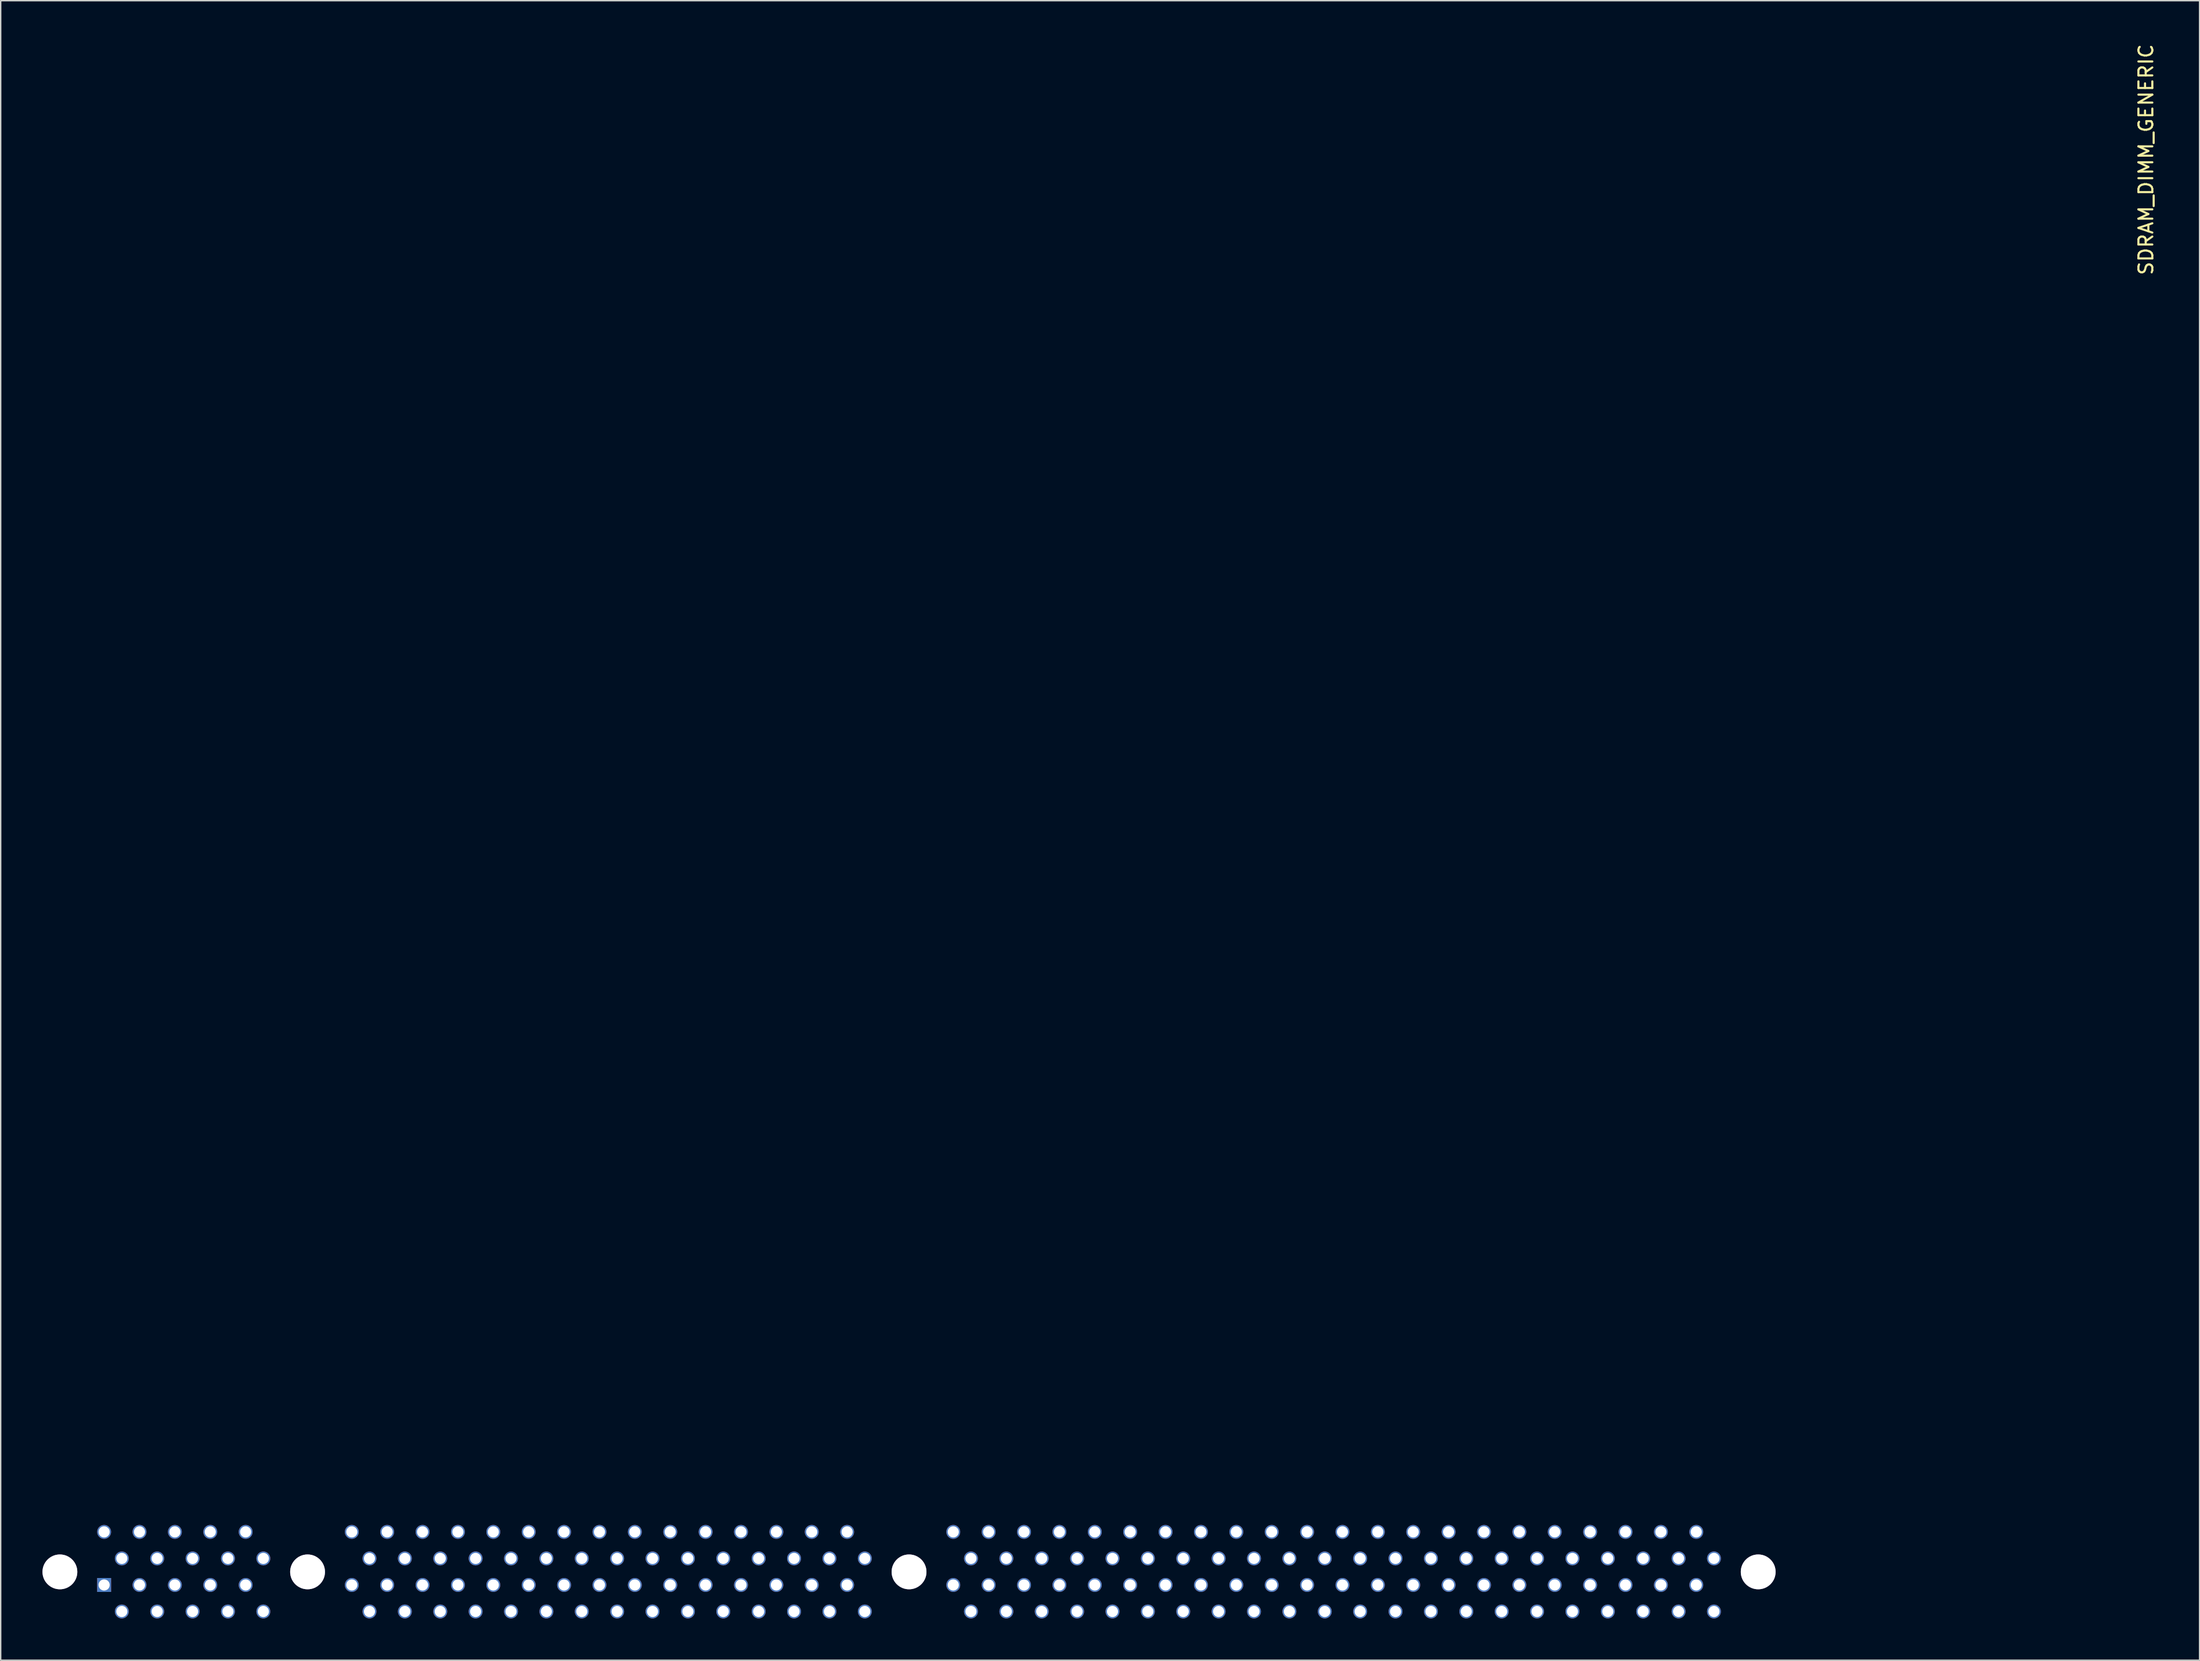
<source format=kicad_pcb>
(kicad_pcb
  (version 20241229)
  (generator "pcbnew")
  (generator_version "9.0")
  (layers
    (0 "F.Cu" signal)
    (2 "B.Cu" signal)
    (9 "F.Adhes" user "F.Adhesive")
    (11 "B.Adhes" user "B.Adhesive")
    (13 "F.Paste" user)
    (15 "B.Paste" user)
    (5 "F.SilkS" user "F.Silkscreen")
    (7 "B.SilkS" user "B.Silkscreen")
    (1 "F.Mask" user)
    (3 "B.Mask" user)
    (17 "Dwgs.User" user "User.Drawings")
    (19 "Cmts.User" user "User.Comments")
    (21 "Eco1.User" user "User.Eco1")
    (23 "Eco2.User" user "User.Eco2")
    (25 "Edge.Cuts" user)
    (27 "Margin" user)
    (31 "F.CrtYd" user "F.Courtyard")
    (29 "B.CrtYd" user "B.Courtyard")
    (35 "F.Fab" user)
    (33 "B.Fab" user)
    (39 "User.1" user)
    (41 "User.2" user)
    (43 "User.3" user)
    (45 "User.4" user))
  (footprint "SDRAM_DIMM_GENERIC"
    (layer "F.Cu")
    (at 59.34 52.031)
    (property "Reference" "SDRAM_DIMM_GENERIC" (at 91.67 -43.62 90) (layer "F.SilkS") (effects (font (size 1 1) (thickness 0.15))))
    (attr through_hole)
    (pad "" thru_hole oval (at -58.09 57.785 270) (size 2.5 2.5) (drill 2.5) (layers "*.Mask"))
    (pad "" thru_hole oval (at -40.31 57.785 270) (size 2.5 2.5) (drill 2.5) (layers "*.Mask"))
    (pad "" thru_hole oval (at 2.87 57.785 270) (size 2.5 2.5) (drill 2.5) (layers "*.Mask"))
    (pad "" thru_hole oval (at 63.83 57.785 270) (size 2.5 2.5) (drill 2.5) (layers "*.Mask"))
    (pad "1" thru_hole rect (at -54.915 58.725 270) (size 1 1) (drill 0.8) (layers "*.Cu" "*.Mask"))
    (pad "2" thru_hole oval (at -53.645 60.63 270) (size 1 1) (drill 0.8) (layers "*.Cu" "*.Mask"))
    (pad "3" thru_hole oval (at -52.375 58.725 270) (size 1 1) (drill 0.8) (layers "*.Cu" "*.Mask"))
    (pad "4" thru_hole oval (at -51.105 60.63 270) (size 1 1) (drill 0.8) (layers "*.Cu" "*.Mask"))
    (pad "5" thru_hole oval (at -49.835 58.725 270) (size 1 1) (drill 0.8) (layers "*.Cu" "*.Mask"))
    (pad "6" thru_hole oval (at -48.565 60.63 270) (size 1 1) (drill 0.8) (layers "*.Cu" "*.Mask"))
    (pad "7" thru_hole oval (at -47.295 58.725 270) (size 1 1) (drill 0.8) (layers "*.Cu" "*.Mask"))
    (pad "8" thru_hole oval (at -46.025 60.63 270) (size 1 1) (drill 0.8) (layers "*.Cu" "*.Mask"))
    (pad "9" thru_hole oval (at -44.755 58.725 270) (size 1 1) (drill 0.8) (layers "*.Cu" "*.Mask"))
    (pad "10" thru_hole oval (at -43.485 60.63 270) (size 1 1) (drill 0.8) (layers "*.Cu" "*.Mask"))
    (pad "11" thru_hole oval (at -37.135 58.725 270) (size 1 1) (drill 0.8) (layers "*.Cu" "*.Mask"))
    (pad "12" thru_hole oval (at -35.865 60.63 270) (size 1 1) (drill 0.8) (layers "*.Cu" "*.Mask"))
    (pad "13" thru_hole oval (at -34.595 58.725 270) (size 1 1) (drill 0.8) (layers "*.Cu" "*.Mask"))
    (pad "14" thru_hole oval (at -33.325 60.63 270) (size 1 1) (drill 0.8) (layers "*.Cu" "*.Mask"))
    (pad "15" thru_hole oval (at -32.055 58.725 270) (size 1 1) (drill 0.8) (layers "*.Cu" "*.Mask"))
    (pad "16" thru_hole oval (at -30.785 60.63 270) (size 1 1) (drill 0.8) (layers "*.Cu" "*.Mask"))
    (pad "17" thru_hole oval (at -29.515 58.725 270) (size 1 1) (drill 0.8) (layers "*.Cu" "*.Mask"))
    (pad "18" thru_hole oval (at -28.245 60.63 270) (size 1 1) (drill 0.8) (layers "*.Cu" "*.Mask"))
    (pad "19" thru_hole oval (at -26.975 58.725 270) (size 1 1) (drill 0.8) (layers "*.Cu" "*.Mask"))
    (pad "20" thru_hole oval (at -25.705 60.63 270) (size 1 1) (drill 0.8) (layers "*.Cu" "*.Mask"))
    (pad "21" thru_hole oval (at -24.435 58.725 270) (size 1 1) (drill 0.8) (layers "*.Cu" "*.Mask"))
    (pad "22" thru_hole oval (at -23.165 60.63 270) (size 1 1) (drill 0.8) (layers "*.Cu" "*.Mask"))
    (pad "23" thru_hole oval (at -21.895 58.725 270) (size 1 1) (drill 0.8) (layers "*.Cu" "*.Mask"))
    (pad "24" thru_hole oval (at -20.625 60.63 270) (size 1 1) (drill 0.8) (layers "*.Cu" "*.Mask"))
    (pad "25" thru_hole oval (at -19.355 58.725 270) (size 1 1) (drill 0.8) (layers "*.Cu" "*.Mask"))
    (pad "26" thru_hole oval (at -18.085 60.63 270) (size 1 1) (drill 0.8) (layers "*.Cu" "*.Mask"))
    (pad "27" thru_hole oval (at -16.815 58.725 270) (size 1 1) (drill 0.8) (layers "*.Cu" "*.Mask"))
    (pad "28" thru_hole oval (at -15.545 60.63 270) (size 1 1) (drill 0.8) (layers "*.Cu" "*.Mask"))
    (pad "29" thru_hole oval (at -14.275 58.725 270) (size 1 1) (drill 0.8) (layers "*.Cu" "*.Mask"))
    (pad "30" thru_hole oval (at -13.005 60.63 270) (size 1 1) (drill 0.8) (layers "*.Cu" "*.Mask"))
    (pad "31" thru_hole oval (at -11.735 58.725 270) (size 1 1) (drill 0.8) (layers "*.Cu" "*.Mask"))
    (pad "32" thru_hole oval (at -10.465 60.63 270) (size 1 1) (drill 0.8) (layers "*.Cu" "*.Mask"))
    (pad "33" thru_hole oval (at -9.195 58.725 270) (size 1 1) (drill 0.8) (layers "*.Cu" "*.Mask"))
    (pad "34" thru_hole oval (at -7.925 60.63 270) (size 1 1) (drill 0.8) (layers "*.Cu" "*.Mask"))
    (pad "35" thru_hole oval (at -6.655 58.725 270) (size 1 1) (drill 0.8) (layers "*.Cu" "*.Mask"))
    (pad "36" thru_hole oval (at -5.385 60.63 270) (size 1 1) (drill 0.8) (layers "*.Cu" "*.Mask"))
    (pad "37" thru_hole oval (at -4.115 58.725 270) (size 1 1) (drill 0.8) (layers "*.Cu" "*.Mask"))
    (pad "38" thru_hole oval (at -2.845 60.63 270) (size 1 1) (drill 0.8) (layers "*.Cu" "*.Mask"))
    (pad "39" thru_hole oval (at -1.575 58.725 270) (size 1 1) (drill 0.8) (layers "*.Cu" "*.Mask"))
    (pad "40" thru_hole oval (at -0.305 60.63 270) (size 1 1) (drill 0.8) (layers "*.Cu" "*.Mask"))
    (pad "41" thru_hole oval (at 6.045 58.725 270) (size 1 1) (drill 0.8) (layers "*.Cu" "*.Mask"))
    (pad "42" thru_hole oval (at 7.315 60.63 270) (size 1 1) (drill 0.8) (layers "*.Cu" "*.Mask"))
    (pad "43" thru_hole oval (at 8.585 58.725 270) (size 1 1) (drill 0.8) (layers "*.Cu" "*.Mask"))
    (pad "44" thru_hole oval (at 9.855 60.63 270) (size 1 1) (drill 0.8) (layers "*.Cu" "*.Mask"))
    (pad "45" thru_hole oval (at 11.125 58.725 270) (size 1 1) (drill 0.8) (layers "*.Cu" "*.Mask"))
    (pad "46" thru_hole oval (at 12.395 60.63 270) (size 1 1) (drill 0.8) (layers "*.Cu" "*.Mask"))
    (pad "47" thru_hole oval (at 13.665 58.725 270) (size 1 1) (drill 0.8) (layers "*.Cu" "*.Mask"))
    (pad "48" thru_hole oval (at 14.935 60.63 270) (size 1 1) (drill 0.8) (layers "*.Cu" "*.Mask"))
    (pad "49" thru_hole oval (at 16.205 58.725 270) (size 1 1) (drill 0.8) (layers "*.Cu" "*.Mask"))
    (pad "50" thru_hole oval (at 17.475 60.63 270) (size 1 1) (drill 0.8) (layers "*.Cu" "*.Mask"))
    (pad "51" thru_hole oval (at 18.745 58.725 270) (size 1 1) (drill 0.8) (layers "*.Cu" "*.Mask"))
    (pad "52" thru_hole oval (at 20.015 60.63 270) (size 1 1) (drill 0.8) (layers "*.Cu" "*.Mask"))
    (pad "53" thru_hole oval (at 21.285 58.725 270) (size 1 1) (drill 0.8) (layers "*.Cu" "*.Mask"))
    (pad "54" thru_hole oval (at 22.555 60.63 270) (size 1 1) (drill 0.8) (layers "*.Cu" "*.Mask"))
    (pad "55" thru_hole oval (at 23.825 58.725 270) (size 1 1) (drill 0.8) (layers "*.Cu" "*.Mask"))
    (pad "56" thru_hole oval (at 25.095 60.63 270) (size 1 1) (drill 0.8) (layers "*.Cu" "*.Mask"))
    (pad "57" thru_hole oval (at 26.365 58.725 270) (size 1 1) (drill 0.8) (layers "*.Cu" "*.Mask"))
    (pad "58" thru_hole oval (at 27.635 60.63 270) (size 1 1) (drill 0.8) (layers "*.Cu" "*.Mask"))
    (pad "59" thru_hole oval (at 28.905 58.725 270) (size 1 1) (drill 0.8) (layers "*.Cu" "*.Mask"))
    (pad "60" thru_hole oval (at 30.175 60.63 270) (size 1 1) (drill 0.8) (layers "*.Cu" "*.Mask"))
    (pad "61" thru_hole oval (at 31.445 58.725 270) (size 1 1) (drill 0.8) (layers "*.Cu" "*.Mask"))
    (pad "62" thru_hole oval (at 32.715 60.63 270) (size 1 1) (drill 0.8) (layers "*.Cu" "*.Mask"))
    (pad "63" thru_hole oval (at 33.985 58.725 270) (size 1 1) (drill 0.8) (layers "*.Cu" "*.Mask"))
    (pad "64" thru_hole oval (at 35.255 60.63 270) (size 1 1) (drill 0.8) (layers "*.Cu" "*.Mask"))
    (pad "65" thru_hole oval (at 36.525 58.725 270) (size 1 1) (drill 0.8) (layers "*.Cu" "*.Mask"))
    (pad "66" thru_hole oval (at 37.795 60.63 270) (size 1 1) (drill 0.8) (layers "*.Cu" "*.Mask"))
    (pad "67" thru_hole oval (at 39.065 58.725 270) (size 1 1) (drill 0.8) (layers "*.Cu" "*.Mask"))
    (pad "68" thru_hole oval (at 40.335 60.63 270) (size 1 1) (drill 0.8) (layers "*.Cu" "*.Mask"))
    (pad "69" thru_hole oval (at 41.605 58.725 270) (size 1 1) (drill 0.8) (layers "*.Cu" "*.Mask"))
    (pad "70" thru_hole oval (at 42.875 60.63 270) (size 1 1) (drill 0.8) (layers "*.Cu" "*.Mask"))
    (pad "71" thru_hole oval (at 44.145 58.725 270) (size 1 1) (drill 0.8) (layers "*.Cu" "*.Mask"))
    (pad "72" thru_hole oval (at 45.415 60.63 270) (size 1 1) (drill 0.8) (layers "*.Cu" "*.Mask"))
    (pad "73" thru_hole oval (at 46.685 58.725 270) (size 1 1) (drill 0.8) (layers "*.Cu" "*.Mask"))
    (pad "74" thru_hole oval (at 47.955 60.63 270) (size 1 1) (drill 0.8) (layers "*.Cu" "*.Mask"))
    (pad "75" thru_hole oval (at 49.225 58.725 270) (size 1 1) (drill 0.8) (layers "*.Cu" "*.Mask"))
    (pad "76" thru_hole oval (at 50.495 60.63 270) (size 1 1) (drill 0.8) (layers "*.Cu" "*.Mask"))
    (pad "77" thru_hole oval (at 51.765 58.725 270) (size 1 1) (drill 0.8) (layers "*.Cu" "*.Mask"))
    (pad "78" thru_hole oval (at 53.035 60.63 270) (size 1 1) (drill 0.8) (layers "*.Cu" "*.Mask"))
    (pad "79" thru_hole oval (at 54.305 58.725 270) (size 1 1) (drill 0.8) (layers "*.Cu" "*.Mask"))
    (pad "80" thru_hole oval (at 55.575 60.63 270) (size 1 1) (drill 0.8) (layers "*.Cu" "*.Mask"))
    (pad "81" thru_hole oval (at 56.845 58.725 270) (size 1 1) (drill 0.8) (layers "*.Cu" "*.Mask"))
    (pad "82" thru_hole oval (at 58.115 60.63 270) (size 1 1) (drill 0.8) (layers "*.Cu" "*.Mask"))
    (pad "83" thru_hole oval (at 59.385 58.725 270) (size 1 1) (drill 0.8) (layers "*.Cu" "*.Mask"))
    (pad "84" thru_hole oval (at 60.655 60.63 270) (size 1 1) (drill 0.8) (layers "*.Cu" "*.Mask"))
    (pad "85" thru_hole oval (at -54.915 54.915 270) (size 1 1) (drill 0.8) (layers "*.Cu" "*.Mask"))
    (pad "86" thru_hole oval (at -53.645 56.82 270) (size 1 1) (drill 0.8) (layers "*.Cu" "*.Mask"))
    (pad "87" thru_hole oval (at -52.375 54.915 270) (size 1 1) (drill 0.8) (layers "*.Cu" "*.Mask"))
    (pad "88" thru_hole oval (at -51.105 56.82 270) (size 1 1) (drill 0.8) (layers "*.Cu" "*.Mask"))
    (pad "89" thru_hole oval (at -49.835 54.915 270) (size 1 1) (drill 0.8) (layers "*.Cu" "*.Mask"))
    (pad "90" thru_hole oval (at -48.565 56.82 270) (size 1 1) (drill 0.8) (layers "*.Cu" "*.Mask"))
    (pad "91" thru_hole oval (at -47.295 54.915 270) (size 1 1) (drill 0.8) (layers "*.Cu" "*.Mask"))
    (pad "92" thru_hole oval (at -46.025 56.82 270) (size 1 1) (drill 0.8) (layers "*.Cu" "*.Mask"))
    (pad "93" thru_hole oval (at -44.755 54.915 270) (size 1 1) (drill 0.8) (layers "*.Cu" "*.Mask"))
    (pad "94" thru_hole oval (at -43.485 56.82 270) (size 1 1) (drill 0.8) (layers "*.Cu" "*.Mask"))
    (pad "95" thru_hole oval (at -37.135 54.915 270) (size 1 1) (drill 0.8) (layers "*.Cu" "*.Mask"))
    (pad "96" thru_hole oval (at -35.865 56.82 270) (size 1 1) (drill 0.8) (layers "*.Cu" "*.Mask"))
    (pad "97" thru_hole oval (at -34.595 54.915 270) (size 1 1) (drill 0.8) (layers "*.Cu" "*.Mask"))
    (pad "98" thru_hole oval (at -33.325 56.82 270) (size 1 1) (drill 0.8) (layers "*.Cu" "*.Mask"))
    (pad "99" thru_hole oval (at -32.055 54.915 270) (size 1 1) (drill 0.8) (layers "*.Cu" "*.Mask"))
    (pad "100" thru_hole oval (at -30.785 56.82 270) (size 1 1) (drill 0.8) (layers "*.Cu" "*.Mask"))
    (pad "101" thru_hole oval (at -29.515 54.915 270) (size 1 1) (drill 0.8) (layers "*.Cu" "*.Mask"))
    (pad "102" thru_hole oval (at -28.245 56.82 270) (size 1 1) (drill 0.8) (layers "*.Cu" "*.Mask"))
    (pad "103" thru_hole oval (at -26.975 54.915 270) (size 1 1) (drill 0.8) (layers "*.Cu" "*.Mask"))
    (pad "104" thru_hole oval (at -25.705 56.82 270) (size 1 1) (drill 0.8) (layers "*.Cu" "*.Mask"))
    (pad "105" thru_hole oval (at -24.435 54.915 270) (size 1 1) (drill 0.8) (layers "*.Cu" "*.Mask"))
    (pad "106" thru_hole oval (at -23.165 56.82 270) (size 1 1) (drill 0.8) (layers "*.Cu" "*.Mask"))
    (pad "107" thru_hole oval (at -21.895 54.915 270) (size 1 1) (drill 0.8) (layers "*.Cu" "*.Mask"))
    (pad "108" thru_hole oval (at -20.625 56.82 270) (size 1 1) (drill 0.8) (layers "*.Cu" "*.Mask"))
    (pad "109" thru_hole oval (at -19.355 54.915 270) (size 1 1) (drill 0.8) (layers "*.Cu" "*.Mask"))
    (pad "110" thru_hole oval (at -18.085 56.82 270) (size 1 1) (drill 0.8) (layers "*.Cu" "*.Mask"))
    (pad "111" thru_hole oval (at -16.815 54.915 270) (size 1 1) (drill 0.8) (layers "*.Cu" "*.Mask"))
    (pad "112" thru_hole oval (at -15.545 56.82 270) (size 1 1) (drill 0.8) (layers "*.Cu" "*.Mask"))
    (pad "113" thru_hole oval (at -14.275 54.915 270) (size 1 1) (drill 0.8) (layers "*.Cu" "*.Mask"))
    (pad "114" thru_hole oval (at -13.005 56.82 270) (size 1 1) (drill 0.8) (layers "*.Cu" "*.Mask"))
    (pad "115" thru_hole oval (at -11.735 54.915 270) (size 1 1) (drill 0.8) (layers "*.Cu" "*.Mask"))
    (pad "116" thru_hole oval (at -10.465 56.82 270) (size 1 1) (drill 0.8) (layers "*.Cu" "*.Mask"))
    (pad "117" thru_hole oval (at -9.195 54.915 270) (size 1 1) (drill 0.8) (layers "*.Cu" "*.Mask"))
    (pad "118" thru_hole oval (at -7.925 56.82 270) (size 1 1) (drill 0.8) (layers "*.Cu" "*.Mask"))
    (pad "119" thru_hole oval (at -6.655 54.915 270) (size 1 1) (drill 0.8) (layers "*.Cu" "*.Mask"))
    (pad "120" thru_hole oval (at -5.385 56.82 270) (size 1 1) (drill 0.8) (layers "*.Cu" "*.Mask"))
    (pad "121" thru_hole oval (at -4.115 54.915 270) (size 1 1) (drill 0.8) (layers "*.Cu" "*.Mask"))
    (pad "122" thru_hole oval (at -2.845 56.82 270) (size 1 1) (drill 0.8) (layers "*.Cu" "*.Mask"))
    (pad "123" thru_hole oval (at -1.575 54.915 270) (size 1 1) (drill 0.8) (layers "*.Cu" "*.Mask"))
    (pad "124" thru_hole oval (at -0.305 56.82 270) (size 1 1) (drill 0.8) (layers "*.Cu" "*.Mask"))
    (pad "125" thru_hole oval (at 6.045 54.915 270) (size 1 1) (drill 0.8) (layers "*.Cu" "*.Mask"))
    (pad "126" thru_hole oval (at 7.315 56.82 270) (size 1 1) (drill 0.8) (layers "*.Cu" "*.Mask"))
    (pad "127" thru_hole oval (at 8.585 54.915 270) (size 1 1) (drill 0.8) (layers "*.Cu" "*.Mask"))
    (pad "128" thru_hole oval (at 9.855 56.82 270) (size 1 1) (drill 0.8) (layers "*.Cu" "*.Mask"))
    (pad "129" thru_hole oval (at 11.125 54.915 270) (size 1 1) (drill 0.8) (layers "*.Cu" "*.Mask"))
    (pad "130" thru_hole oval (at 12.395 56.82 270) (size 1 1) (drill 0.8) (layers "*.Cu" "*.Mask"))
    (pad "131" thru_hole oval (at 13.665 54.915 270) (size 1 1) (drill 0.8) (layers "*.Cu" "*.Mask"))
    (pad "132" thru_hole oval (at 14.935 56.82 270) (size 1 1) (drill 0.8) (layers "*.Cu" "*.Mask"))
    (pad "133" thru_hole oval (at 16.205 54.915 270) (size 1 1) (drill 0.8) (layers "*.Cu" "*.Mask"))
    (pad "134" thru_hole oval (at 17.475 56.82 270) (size 1 1) (drill 0.8) (layers "*.Cu" "*.Mask"))
    (pad "135" thru_hole oval (at 18.745 54.915 270) (size 1 1) (drill 0.8) (layers "*.Cu" "*.Mask"))
    (pad "136" thru_hole oval (at 20.015 56.82 270) (size 1 1) (drill 0.8) (layers "*.Cu" "*.Mask"))
    (pad "137" thru_hole oval (at 21.285 54.915 270) (size 1 1) (drill 0.8) (layers "*.Cu" "*.Mask"))
    (pad "138" thru_hole oval (at 22.555 56.82 270) (size 1 1) (drill 0.8) (layers "*.Cu" "*.Mask"))
    (pad "139" thru_hole oval (at 23.825 54.915 270) (size 1 1) (drill 0.8) (layers "*.Cu" "*.Mask"))
    (pad "140" thru_hole oval (at 25.095 56.82 270) (size 1 1) (drill 0.8) (layers "*.Cu" "*.Mask"))
    (pad "141" thru_hole oval (at 26.365 54.915 270) (size 1 1) (drill 0.8) (layers "*.Cu" "*.Mask"))
    (pad "142" thru_hole oval (at 27.635 56.82 270) (size 1 1) (drill 0.8) (layers "*.Cu" "*.Mask"))
    (pad "143" thru_hole oval (at 28.905 54.915 270) (size 1 1) (drill 0.8) (layers "*.Cu" "*.Mask"))
    (pad "144" thru_hole oval (at 30.175 56.82 270) (size 1 1) (drill 0.8) (layers "*.Cu" "*.Mask"))
    (pad "145" thru_hole oval (at 31.445 54.915 270) (size 1 1) (drill 0.8) (layers "*.Cu" "*.Mask"))
    (pad "146" thru_hole oval (at 32.715 56.82 270) (size 1 1) (drill 0.8) (layers "*.Cu" "*.Mask"))
    (pad "147" thru_hole oval (at 33.985 54.915 270) (size 1 1) (drill 0.8) (layers "*.Cu" "*.Mask"))
    (pad "148" thru_hole oval (at 35.255 56.82 270) (size 1 1) (drill 0.8) (layers "*.Cu" "*.Mask"))
    (pad "149" thru_hole oval (at 36.525 54.915 270) (size 1 1) (drill 0.8) (layers "*.Cu" "*.Mask"))
    (pad "150" thru_hole oval (at 37.795 56.82 270) (size 1 1) (drill 0.8) (layers "*.Cu" "*.Mask"))
    (pad "151" thru_hole oval (at 39.065 54.915 270) (size 1 1) (drill 0.8) (layers "*.Cu" "*.Mask"))
    (pad "152" thru_hole oval (at 40.335 56.82 270) (size 1 1) (drill 0.8) (layers "*.Cu" "*.Mask"))
    (pad "153" thru_hole oval (at 41.605 54.915 270) (size 1 1) (drill 0.8) (layers "*.Cu" "*.Mask"))
    (pad "154" thru_hole oval (at 42.875 56.82 270) (size 1 1) (drill 0.8) (layers "*.Cu" "*.Mask"))
    (pad "155" thru_hole oval (at 44.145 54.915 270) (size 1 1) (drill 0.8) (layers "*.Cu" "*.Mask"))
    (pad "156" thru_hole oval (at 45.415 56.82 270) (size 1 1) (drill 0.8) (layers "*.Cu" "*.Mask"))
    (pad "157" thru_hole oval (at 46.685 54.915 270) (size 1 1) (drill 0.8) (layers "*.Cu" "*.Mask"))
    (pad "158" thru_hole oval (at 47.955 56.82 270) (size 1 1) (drill 0.8) (layers "*.Cu" "*.Mask"))
    (pad "159" thru_hole oval (at 49.225 54.915 270) (size 1 1) (drill 0.8) (layers "*.Cu" "*.Mask"))
    (pad "160" thru_hole oval (at 50.495 56.82 270) (size 1 1) (drill 0.8) (layers "*.Cu" "*.Mask"))
    (pad "161" thru_hole oval (at 51.765 54.915 270) (size 1 1) (drill 0.8) (layers "*.Cu" "*.Mask"))
    (pad "162" thru_hole oval (at 53.035 56.82 270) (size 1 1) (drill 0.8) (layers "*.Cu" "*.Mask"))
    (pad "163" thru_hole oval (at 54.305 54.915 270) (size 1 1) (drill 0.8) (layers "*.Cu" "*.Mask"))
    (pad "164" thru_hole oval (at 55.575 56.82 270) (size 1 1) (drill 0.8) (layers "*.Cu" "*.Mask"))
    (pad "165" thru_hole oval (at 56.845 54.915 270) (size 1 1) (drill 0.8) (layers "*.Cu" "*.Mask"))
    (pad "166" thru_hole oval (at 58.115 56.82 270) (size 1 1) (drill 0.8) (layers "*.Cu" "*.Mask"))
    (pad "167" thru_hole oval (at 59.385 54.915 270) (size 1 1) (drill 0.8) (layers "*.Cu" "*.Mask"))
    (pad "168" thru_hole oval (at 60.655 56.82 270) (size 1 1) (drill 0.8) (layers "*.Cu" "*.Mask")))
  (gr_rect
    (start -3 -3)
    (end 154.858 116.161)
    (stroke (width 0.1) (type default))
    (fill no)
    (layer "Edge.Cuts")))
</source>
